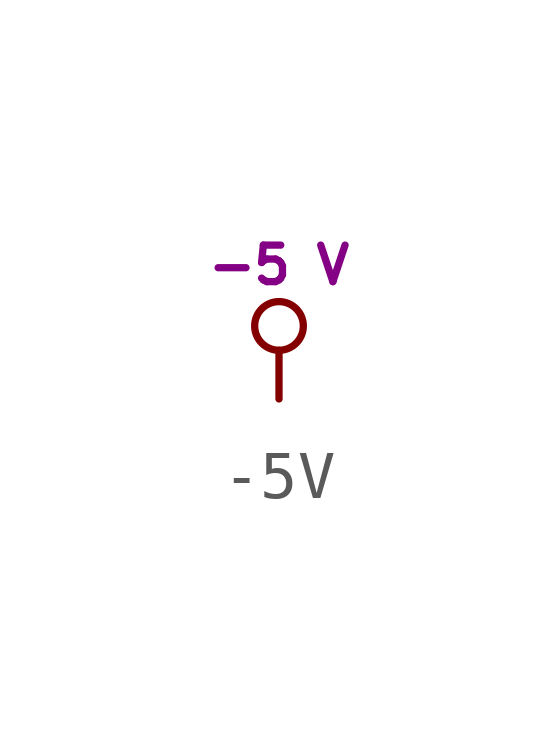
<source format=kicad_sym>
(kicad_symbol_lib
  (version 20211014)
  (generator kicad_symbol_editor)
  (symbol "-5V"
    (power)
    (pin_numbers hide)
    (pin_names
      (offset 0))
    (property "Reference" "#PWR"
      (at 0 3.556 0)
      (effects (font (size 0.508 0.508)) hide))
    (property "Footprint" ""
      (at 0 0 0)
      (effects (font (size 1.524 1.524))))
    (property "Datasheet" ""
      (at 0 3.556 0)
      (effects (font (size 1.524 1.524))))
    (property "Unit" "-5 V"
      (at 0 2.794 0)
      (effects (font (size 0.762 0.762))))
    (symbol "-5V_0_0"
      (polyline (pts (xy 0 0) (xy 0 1.016) (xy 0 1.016)) (stroke (width 0) (type default) (color 0 0 0 0)) (fill (type none)))
      (pin power_in line (at 0 0 90) (length 0) hide (name "-5V" (effects (font (size 0.635 0.635)))) (number "1" (effects (font (size 0.635 0.635))))))
    (symbol "-5V_0_1"
      (circle (center 0 1.524) (radius 0.508) (stroke (width 0) (type default) (color 0 0 0 0)) (fill (type none))))))
</source>
